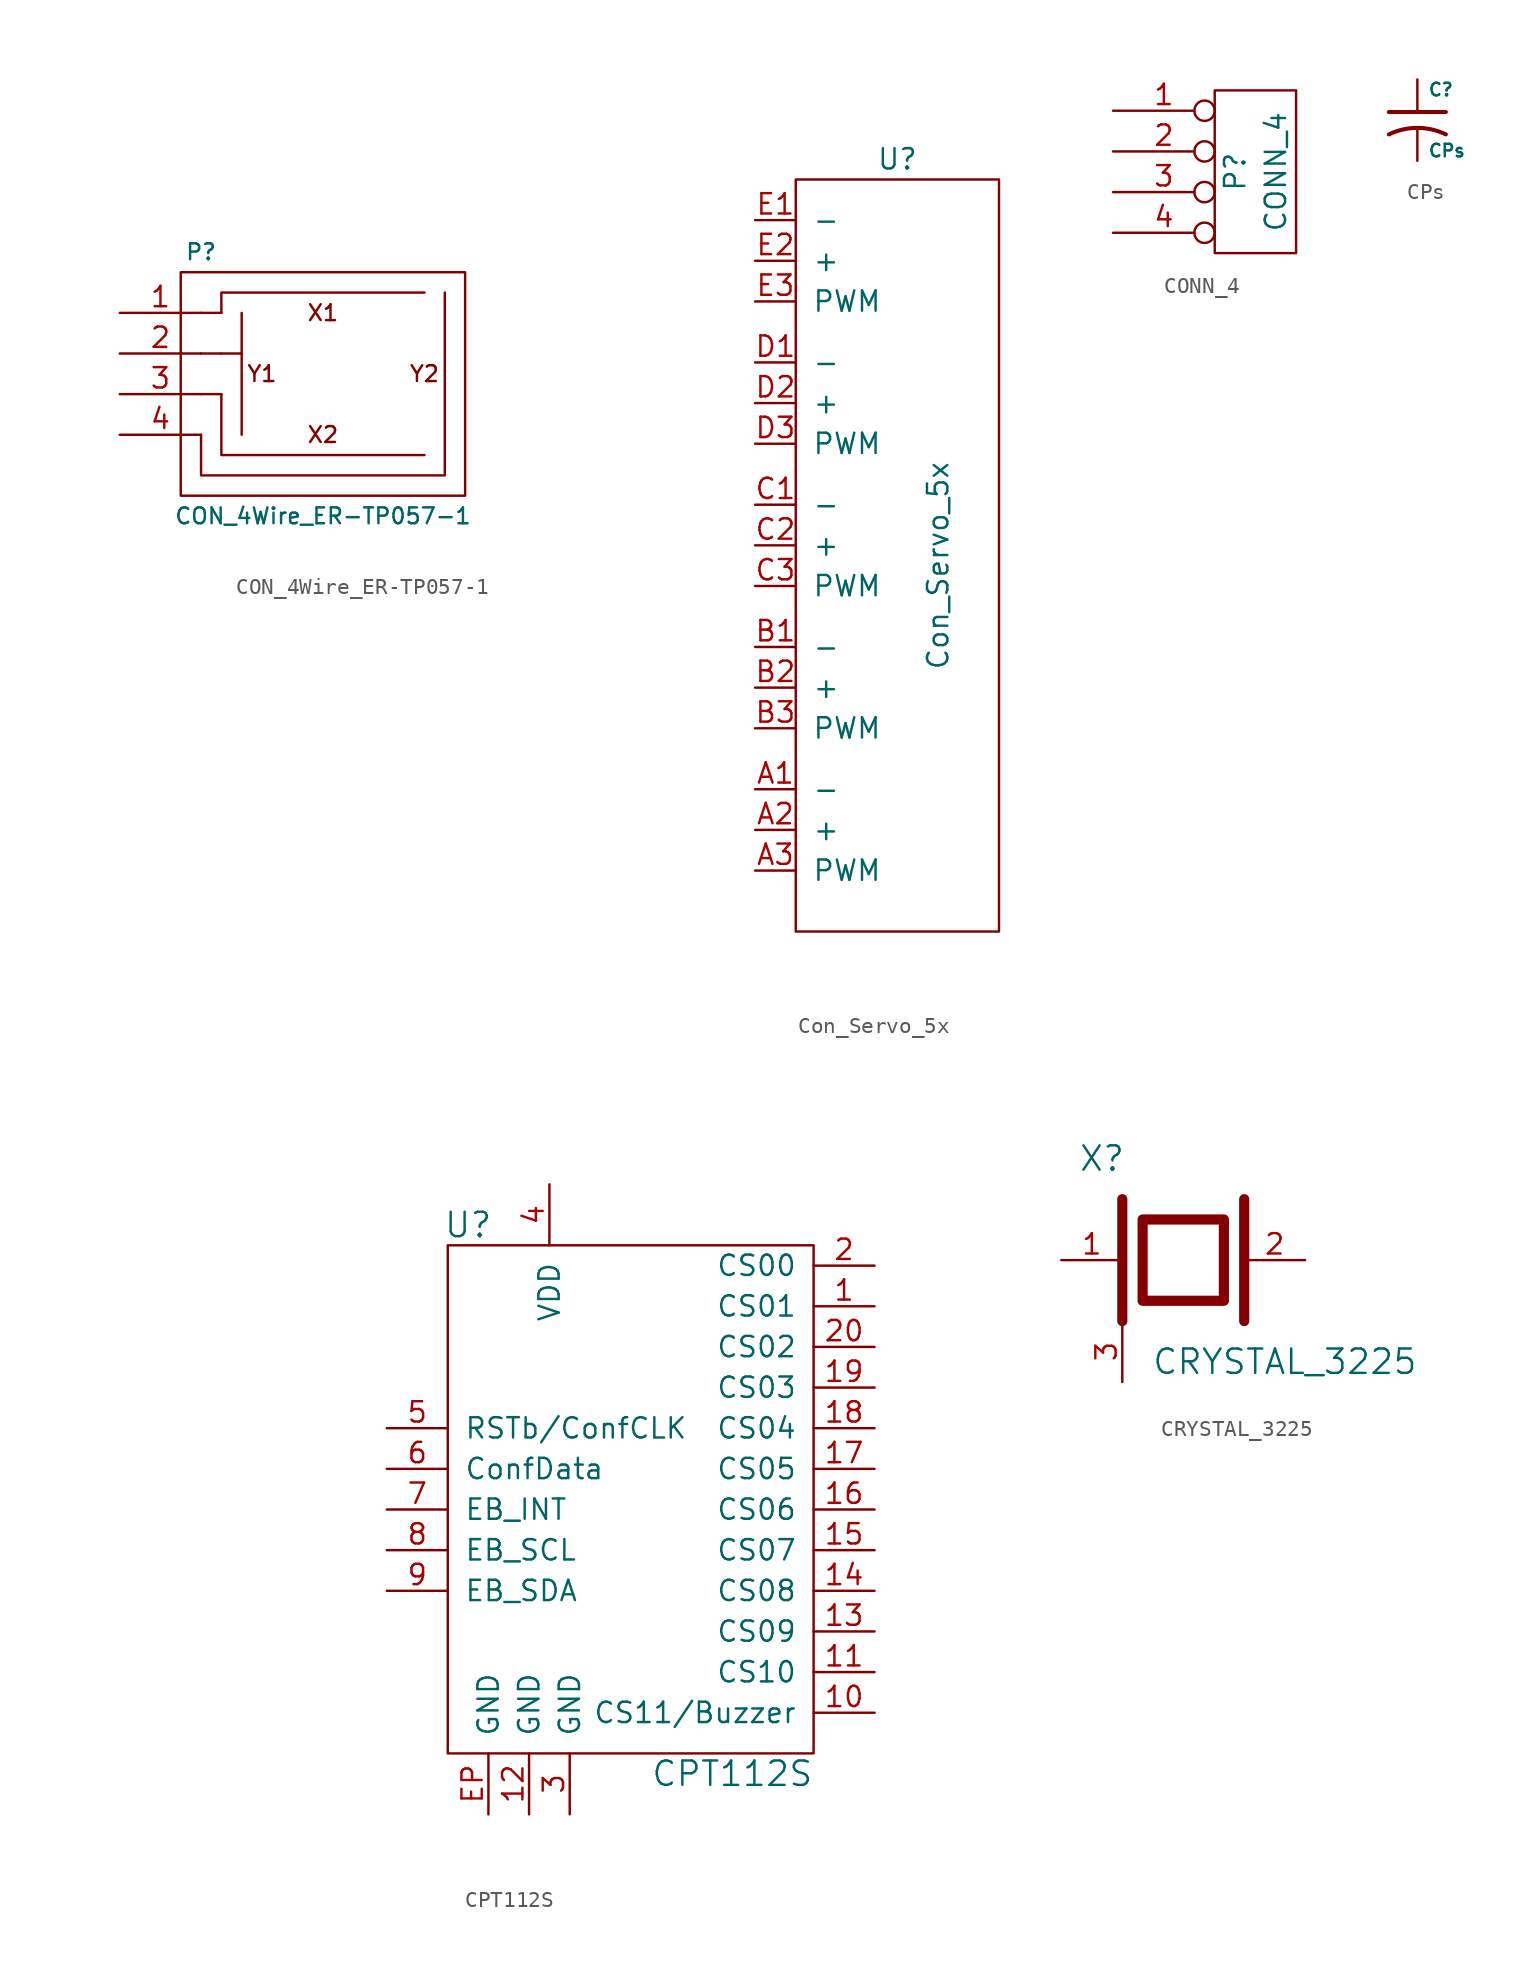
<source format=kicad_sym>
(kicad_symbol_lib
  (version 20211014)
  (generator kicad_symbol_editor)
  (symbol "CON_4Wire_ER-TP057-1"
    (pin_names
      (offset 1.016))
    (property "Reference" "P"
      (at -3.81 7.62 0)
      (effects (font (size 0.991 0.991))))
    (property "Value" "CON_4Wire_ER-TP057-1"
      (at 3.81 -8.89 0)
      (effects (font (size 0.991 0.991))))
    (property "Footprint" ""
      (at 21.59 16.51 0)
      (effects (font (size 0.991 0.991))))
    (property "Datasheet" ""
      (at 21.59 16.51 0)
      (effects (font (size 0.991 0.991))))
    (symbol "CON_4Wire_ER-TP057-1_0_0"
      (text "X1" (at 3.81 3.81 0) (effects (font (size 0.991 0.991))))
      (text "X2" (at 3.81 -3.81 0) (effects (font (size 0.991 0.991))))
      (text "Y1" (at 0 0 0) (effects (font (size 0.991 0.991))))
      (text "Y2" (at 10.16 0 0) (effects (font (size 0.991 0.991)))))
    (symbol "CON_4Wire_ER-TP057-1_0_1"
      (rectangle (start -5.08 6.35) (end 12.7 -7.62) (stroke (width 0) (type default) (color 0 0 0 0)) (fill (type none)))
      (polyline (pts (xy -3.81 -1.27) (xy -2.54 -1.27)) (stroke (width 0) (type default) (color 0 0 0 0)) (fill (type none)))
      (polyline (pts (xy -3.81 1.27) (xy -2.54 1.27)) (stroke (width 0) (type default) (color 0 0 0 0)) (fill (type none)))
      (polyline (pts (xy -2.54 3.81) (xy -3.81 3.81)) (stroke (width 0) (type default) (color 0 0 0 0)) (fill (type none)))
      (polyline (pts (xy -1.27 1.27) (xy -1.27 -3.81)) (stroke (width 0) (type default) (color 0 0 0 0)) (fill (type none)))
      (polyline (pts (xy -2.54 -1.27) (xy -2.54 -5.08) (xy 10.16 -5.08)) (stroke (width 0) (type default) (color 0 0 0 0)) (fill (type none)))
      (polyline (pts (xy -2.54 1.27) (xy -1.27 1.27) (xy -1.27 3.81)) (stroke (width 0) (type default) (color 0 0 0 0)) (fill (type none)))
      (polyline (pts (xy -2.54 3.81) (xy -2.54 5.08) (xy 10.16 5.08)) (stroke (width 0) (type default) (color 0 0 0 0)) (fill (type none)))
      (polyline (pts (xy -3.81 -3.81) (xy -3.81 -6.35) (xy 11.43 -6.35) (xy 11.43 5.08)) (stroke (width 0) (type default) (color 0 0 0 0)) (fill (type none))))
    (symbol "CON_4Wire_ER-TP057-1_1_1"
      (pin input line (at -8.89 3.81 0) (length 5.08) (name "~" (effects (font (size 1.27 1.27)))) (number "1" (effects (font (size 1.27 1.27)))))
      (pin input line (at -8.89 1.27 0) (length 5.08) (name "~" (effects (font (size 1.27 1.27)))) (number "2" (effects (font (size 1.27 1.27)))))
      (pin input line (at -8.89 -1.27 0) (length 5.08) (name "~" (effects (font (size 1.27 1.27)))) (number "3" (effects (font (size 1.27 1.27)))))
      (pin input line (at -8.89 -3.81 0) (length 5.08) (name "~" (effects (font (size 1.27 1.27)))) (number "4" (effects (font (size 1.27 1.27)))))))
  (symbol "Con_Servo_5x"
    (pin_names
      (offset 1.016))
    (property "Reference" "U"
      (at 6.35 24.13 0)
      (effects (font (size 1.27 1.27))))
    (property "Value" "Con_Servo_5x"
      (at 8.89 -1.27 90)
      (effects (font (size 1.27 1.27))))
    (symbol "Con_Servo_5x_0_1"
      (rectangle (start 0 22.86) (end 12.7 -24.13) (stroke (width 0) (type default) (color 0 0 0 0)) (fill (type none))))
    (symbol "Con_Servo_5x_1_1"
      (pin input line (at -2.54 -15.24 0) (length 2.54) (name "-" (effects (font (size 1.27 1.27)))) (number "A1" (effects (font (size 1.27 1.27)))))
      (pin input line (at -2.54 -17.78 0) (length 2.54) (name "+" (effects (font (size 1.27 1.27)))) (number "A2" (effects (font (size 1.27 1.27)))))
      (pin input line (at -2.54 -20.32 0) (length 2.54) (name "PWM" (effects (font (size 1.27 1.27)))) (number "A3" (effects (font (size 1.27 1.27)))))
      (pin input line (at -2.54 -6.35 0) (length 2.54) (name "-" (effects (font (size 1.27 1.27)))) (number "B1" (effects (font (size 1.27 1.27)))))
      (pin input line (at -2.54 -8.89 0) (length 2.54) (name "+" (effects (font (size 1.27 1.27)))) (number "B2" (effects (font (size 1.27 1.27)))))
      (pin input line (at -2.54 -11.43 0) (length 2.54) (name "PWM" (effects (font (size 1.27 1.27)))) (number "B3" (effects (font (size 1.27 1.27)))))
      (pin input line (at -2.54 2.54 0) (length 2.54) (name "-" (effects (font (size 1.27 1.27)))) (number "C1" (effects (font (size 1.27 1.27)))))
      (pin input line (at -2.54 0 0) (length 2.54) (name "+" (effects (font (size 1.27 1.27)))) (number "C2" (effects (font (size 1.27 1.27)))))
      (pin input line (at -2.54 -2.54 0) (length 2.54) (name "PWM" (effects (font (size 1.27 1.27)))) (number "C3" (effects (font (size 1.27 1.27)))))
      (pin input line (at -2.54 11.43 0) (length 2.54) (name "-" (effects (font (size 1.27 1.27)))) (number "D1" (effects (font (size 1.27 1.27)))))
      (pin input line (at -2.54 8.89 0) (length 2.54) (name "+" (effects (font (size 1.27 1.27)))) (number "D2" (effects (font (size 1.27 1.27)))))
      (pin input line (at -2.54 6.35 0) (length 2.54) (name "PWM" (effects (font (size 1.27 1.27)))) (number "D3" (effects (font (size 1.27 1.27)))))
      (pin input line (at -2.54 20.32 0) (length 2.54) (name "-" (effects (font (size 1.27 1.27)))) (number "E1" (effects (font (size 1.27 1.27)))))
      (pin input line (at -2.54 17.78 0) (length 2.54) (name "+" (effects (font (size 1.27 1.27)))) (number "E2" (effects (font (size 1.27 1.27)))))
      (pin input line (at -2.54 15.24 0) (length 2.54) (name "PWM" (effects (font (size 1.27 1.27)))) (number "E3" (effects (font (size 1.27 1.27)))))))
  (symbol "CONN_4"
    (pin_names
      (offset 1.016) hide)
    (property "Reference" "P"
      (at -1.27 0 90)
      (effects (font (size 1.27 1.27))))
    (property "Value" "CONN_4"
      (at 1.27 0 90)
      (effects (font (size 1.27 1.27))))
    (property "Footprint" ""
      (at 0 0 0)
      (effects (font (size 1.524 1.524))))
    (property "Datasheet" ""
      (at 0 0 0)
      (effects (font (size 1.524 1.524))))
    (symbol "CONN_4_0_1"
      (rectangle (start -2.54 5.08) (end 2.54 -5.08) (stroke (width 0) (type default) (color 0 0 0 0)) (fill (type none))))
    (symbol "CONN_4_1_1"
      (pin passive inverted (at -8.89 3.81 0) (length 6.35) (name "P1" (effects (font (size 1.27 1.27)))) (number "1" (effects (font (size 1.27 1.27)))))
      (pin passive inverted (at -8.89 1.27 0) (length 6.35) (name "P2" (effects (font (size 1.27 1.27)))) (number "2" (effects (font (size 1.27 1.27)))))
      (pin passive inverted (at -8.89 -1.27 0) (length 6.35) (name "P3" (effects (font (size 1.27 1.27)))) (number "3" (effects (font (size 1.27 1.27)))))
      (pin passive inverted (at -8.89 -3.81 0) (length 6.35) (name "P4" (effects (font (size 1.27 1.27)))) (number "4" (effects (font (size 1.27 1.27)))))))
  (symbol "CPs"
    (pin_numbers hide)
    (pin_names
      (offset 0.254))
    (property "Reference" "C"
      (at 0.635 1.905 0)
      (effects (font (size 0.787 0.787)) (justify left)))
    (property "Value" "CPs"
      (at 0.635 -1.905 0)
      (effects (font (size 0.787 0.787)) (justify left)))
    (property "Footprint" ""
      (at 0 0 0)
      (effects (font (size 1.524 1.524))))
    (property "Datasheet" ""
      (at 0 0 0)
      (effects (font (size 1.524 1.524))))
    (symbol "CPs_0_1"
      (polyline (pts (xy -1.778 0.508) (xy 1.778 0.508)) (stroke (width 0.254) (type default) (color 0 0 0 0)) (fill (type none)))
      (arc (start 1.778 -0.889) (mid 0 -0.4823) (end -1.778 -0.889) (stroke (width 0.254) (type default) (color 0 0 0 0)) (fill (type none))))
    (symbol "CPs_1_1"
      (pin passive line (at 0 2.54 270) (length 2.007) (name "~" (effects (font (size 1.016 1.016)))) (number "1" (effects (font (size 1.016 1.016)))))
      (pin passive line (at 0 -2.54 90) (length 2.007) (name "~" (effects (font (size 1.016 1.016)))) (number "2" (effects (font (size 1.016 1.016)))))))
  (symbol "CPT112S"
    (pin_names
      (offset 1.016))
    (property "Reference" "U"
      (at -10.16 16.51 0)
      (effects (font (size 1.524 1.524))))
    (property "Value" "CPT112S"
      (at 6.35 -17.78 0)
      (effects (font (size 1.524 1.524))))
    (property "Footprint" ""
      (at -30.48 15.24 0)
      (effects (font (size 1.524 1.524))))
    (property "Datasheet" ""
      (at -30.48 15.24 0)
      (effects (font (size 1.524 1.524))))
    (symbol "CPT112S_0_1"
      (rectangle (start -11.43 15.24) (end 11.43 -16.51) (stroke (width 0) (type default) (color 0 0 0 0)) (fill (type none))))
    (symbol "CPT112S_1_1"
      (pin passive line (at 15.24 11.43 180) (length 3.81) (name "CS01" (effects (font (size 1.27 1.27)))) (number "1" (effects (font (size 1.27 1.27)))))
      (pin passive line (at 15.24 -13.97 180) (length 3.81) (name "CS11/Buzzer" (effects (font (size 1.27 1.27)))) (number "10" (effects (font (size 1.27 1.27)))))
      (pin passive line (at 15.24 -11.43 180) (length 3.81) (name "CS10" (effects (font (size 1.27 1.27)))) (number "11" (effects (font (size 1.27 1.27)))))
      (pin passive line (at -6.35 -20.32 90) (length 3.81) (name "GND" (effects (font (size 1.27 1.27)))) (number "12" (effects (font (size 1.27 1.27)))))
      (pin passive line (at 15.24 -8.89 180) (length 3.81) (name "CS09" (effects (font (size 1.27 1.27)))) (number "13" (effects (font (size 1.27 1.27)))))
      (pin passive line (at 15.24 -6.35 180) (length 3.81) (name "CS08" (effects (font (size 1.27 1.27)))) (number "14" (effects (font (size 1.27 1.27)))))
      (pin passive line (at 15.24 -3.81 180) (length 3.81) (name "CS07" (effects (font (size 1.27 1.27)))) (number "15" (effects (font (size 1.27 1.27)))))
      (pin passive line (at 15.24 -1.27 180) (length 3.81) (name "CS06" (effects (font (size 1.27 1.27)))) (number "16" (effects (font (size 1.27 1.27)))))
      (pin passive line (at 15.24 1.27 180) (length 3.81) (name "CS05" (effects (font (size 1.27 1.27)))) (number "17" (effects (font (size 1.27 1.27)))))
      (pin passive line (at 15.24 3.81 180) (length 3.81) (name "CS04" (effects (font (size 1.27 1.27)))) (number "18" (effects (font (size 1.27 1.27)))))
      (pin passive line (at 15.24 6.35 180) (length 3.81) (name "CS03" (effects (font (size 1.27 1.27)))) (number "19" (effects (font (size 1.27 1.27)))))
      (pin passive line (at 15.24 13.97 180) (length 3.81) (name "CS00" (effects (font (size 1.27 1.27)))) (number "2" (effects (font (size 1.27 1.27)))))
      (pin passive line (at 15.24 8.89 180) (length 3.81) (name "CS02" (effects (font (size 1.27 1.27)))) (number "20" (effects (font (size 1.27 1.27)))))
      (pin passive line (at -3.81 -20.32 90) (length 3.81) (name "GND" (effects (font (size 1.27 1.27)))) (number "3" (effects (font (size 1.27 1.27)))))
      (pin passive line (at -5.08 19.05 270) (length 3.81) (name "VDD" (effects (font (size 1.27 1.27)))) (number "4" (effects (font (size 1.27 1.27)))))
      (pin passive line (at -15.24 3.81 0) (length 3.81) (name "RSTb/ConfCLK" (effects (font (size 1.27 1.27)))) (number "5" (effects (font (size 1.27 1.27)))))
      (pin passive line (at -15.24 1.27 0) (length 3.81) (name "ConfData" (effects (font (size 1.27 1.27)))) (number "6" (effects (font (size 1.27 1.27)))))
      (pin passive line (at -15.24 -1.27 0) (length 3.81) (name "EB_INT" (effects (font (size 1.27 1.27)))) (number "7" (effects (font (size 1.27 1.27)))))
      (pin passive line (at -15.24 -3.81 0) (length 3.81) (name "EB_SCL" (effects (font (size 1.27 1.27)))) (number "8" (effects (font (size 1.27 1.27)))))
      (pin passive line (at -15.24 -6.35 0) (length 3.81) (name "EB_SDA" (effects (font (size 1.27 1.27)))) (number "9" (effects (font (size 1.27 1.27)))))
      (pin input line (at -8.89 -20.32 90) (length 3.81) (name "GND" (effects (font (size 1.27 1.27)))) (number "EP" (effects (font (size 1.27 1.27)))))))
  (symbol "CRYSTAL_3225"
    (pin_names
      (offset 1.016))
    (property "Reference" "X"
      (at -5.08 6.35 0)
      (effects (font (size 1.524 1.524))))
    (property "Value" "CRYSTAL_3225"
      (at 6.35 -6.35 0)
      (effects (font (size 1.524 1.524))))
    (property "Footprint" ""
      (at 0 0 0)
      (effects (font (size 1.524 1.524))))
    (property "Datasheet" ""
      (at 0 0 0)
      (effects (font (size 1.524 1.524))))
    (symbol "CRYSTAL_3225_0_1"
      (rectangle (start -2.54 2.54) (end 2.54 -2.54) (stroke (width 0.635) (type default) (color 0 0 0 0)) (fill (type none))))
    (symbol "CRYSTAL_3225_1_1"
      (polyline (pts (xy -3.81 3.81) (xy -3.81 -3.81) (xy -3.81 -3.81)) (stroke (width 0.635) (type default) (color 0 0 0 0)) (fill (type none)))
      (polyline (pts (xy 3.81 3.81) (xy 3.81 -3.81) (xy 3.81 -3.81)) (stroke (width 0.635) (type default) (color 0 0 0 0)) (fill (type none)))
      (pin passive line (at -7.62 0 0) (length 3.81) (name "~" (effects (font (size 1.27 1.27)))) (number "1" (effects (font (size 1.27 1.27)))))
      (pin passive line (at 7.62 0 180) (length 3.81) (name "~" (effects (font (size 1.27 1.27)))) (number "2" (effects (font (size 1.27 1.27)))))
      (pin passive line (at -3.81 -7.62 90) (length 3.81) (name "~" (effects (font (size 1.27 1.27)))) (number "3" (effects (font (size 1.27 1.27))))))))
</source>
